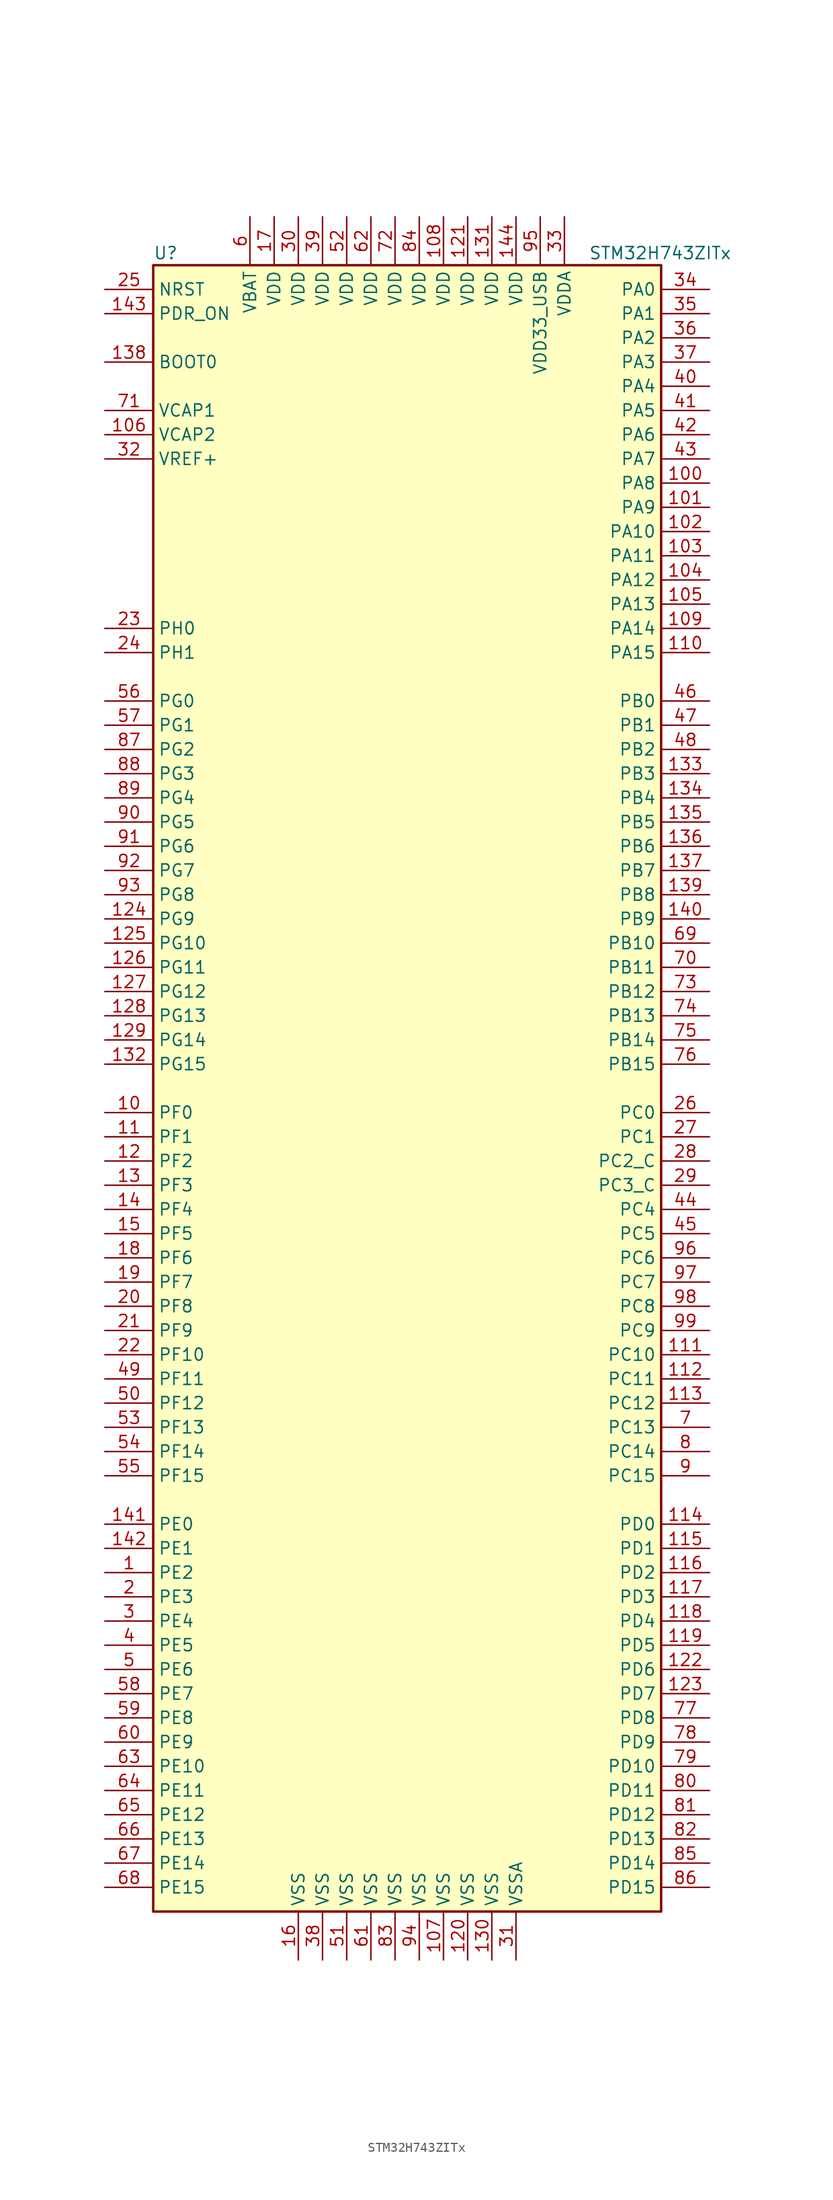
<source format=kicad_sym>
(kicad_symbol_lib
  (version 20201005)
  (generator kicad_symbol_editor)
  (symbol "MCU_ST_STM32H7:STM32H743ZITx"
    (property "Reference" "U"
      (at -27.94 87.63 0)
      (effects (font (size 1.27 1.27)) (justify left)))
    (property "Value" "STM32H743ZITx"
      (at 17.78 87.63 0)
      (effects (font (size 1.27 1.27)) (justify left)))
    (symbol "STM32H743ZITx_0_1"
      (rectangle (start -27.94 -86.36) (end 25.4 86.36) (stroke (width 0.254)) (fill (type background))))
    (symbol "STM32H743ZITx_1_1"
      (pin input line (at -33.02 76.2 0) (length 5.08) (name "BOOT0" (effects (font (size 1.27 1.27)))) (number "138" (effects (font (size 1.27 1.27)))))
      (pin input line (at -33.02 83.82 0) (length 5.08) (name "NRST" (effects (font (size 1.27 1.27)))) (number "25" (effects (font (size 1.27 1.27)))))
      (pin bidirectional line (at 30.48 83.82 180) (length 5.08) (name "PA0" (effects (font (size 1.27 1.27)))) (number "34" (effects (font (size 1.27 1.27)))))
      (pin bidirectional line (at 30.48 81.28 180) (length 5.08) (name "PA1" (effects (font (size 1.27 1.27)))) (number "35" (effects (font (size 1.27 1.27)))))
      (pin bidirectional line (at 30.48 58.42 180) (length 5.08) (name "PA10" (effects (font (size 1.27 1.27)))) (number "102" (effects (font (size 1.27 1.27)))))
      (pin bidirectional line (at 30.48 55.88 180) (length 5.08) (name "PA11" (effects (font (size 1.27 1.27)))) (number "103" (effects (font (size 1.27 1.27)))))
      (pin bidirectional line (at 30.48 53.34 180) (length 5.08) (name "PA12" (effects (font (size 1.27 1.27)))) (number "104" (effects (font (size 1.27 1.27)))))
      (pin bidirectional line (at 30.48 50.8 180) (length 5.08) (name "PA13" (effects (font (size 1.27 1.27)))) (number "105" (effects (font (size 1.27 1.27)))))
      (pin bidirectional line (at 30.48 48.26 180) (length 5.08) (name "PA14" (effects (font (size 1.27 1.27)))) (number "109" (effects (font (size 1.27 1.27)))))
      (pin bidirectional line (at 30.48 45.72 180) (length 5.08) (name "PA15" (effects (font (size 1.27 1.27)))) (number "110" (effects (font (size 1.27 1.27)))))
      (pin bidirectional line (at 30.48 78.74 180) (length 5.08) (name "PA2" (effects (font (size 1.27 1.27)))) (number "36" (effects (font (size 1.27 1.27)))))
      (pin bidirectional line (at 30.48 76.2 180) (length 5.08) (name "PA3" (effects (font (size 1.27 1.27)))) (number "37" (effects (font (size 1.27 1.27)))))
      (pin bidirectional line (at 30.48 73.66 180) (length 5.08) (name "PA4" (effects (font (size 1.27 1.27)))) (number "40" (effects (font (size 1.27 1.27)))))
      (pin bidirectional line (at 30.48 71.12 180) (length 5.08) (name "PA5" (effects (font (size 1.27 1.27)))) (number "41" (effects (font (size 1.27 1.27)))))
      (pin bidirectional line (at 30.48 68.58 180) (length 5.08) (name "PA6" (effects (font (size 1.27 1.27)))) (number "42" (effects (font (size 1.27 1.27)))))
      (pin bidirectional line (at 30.48 66.04 180) (length 5.08) (name "PA7" (effects (font (size 1.27 1.27)))) (number "43" (effects (font (size 1.27 1.27)))))
      (pin bidirectional line (at 30.48 63.5 180) (length 5.08) (name "PA8" (effects (font (size 1.27 1.27)))) (number "100" (effects (font (size 1.27 1.27)))))
      (pin bidirectional line (at 30.48 60.96 180) (length 5.08) (name "PA9" (effects (font (size 1.27 1.27)))) (number "101" (effects (font (size 1.27 1.27)))))
      (pin bidirectional line (at 30.48 40.64 180) (length 5.08) (name "PB0" (effects (font (size 1.27 1.27)))) (number "46" (effects (font (size 1.27 1.27)))))
      (pin bidirectional line (at 30.48 38.1 180) (length 5.08) (name "PB1" (effects (font (size 1.27 1.27)))) (number "47" (effects (font (size 1.27 1.27)))))
      (pin bidirectional line (at 30.48 15.24 180) (length 5.08) (name "PB10" (effects (font (size 1.27 1.27)))) (number "69" (effects (font (size 1.27 1.27)))))
      (pin bidirectional line (at 30.48 12.7 180) (length 5.08) (name "PB11" (effects (font (size 1.27 1.27)))) (number "70" (effects (font (size 1.27 1.27)))))
      (pin bidirectional line (at 30.48 10.16 180) (length 5.08) (name "PB12" (effects (font (size 1.27 1.27)))) (number "73" (effects (font (size 1.27 1.27)))))
      (pin bidirectional line (at 30.48 7.62 180) (length 5.08) (name "PB13" (effects (font (size 1.27 1.27)))) (number "74" (effects (font (size 1.27 1.27)))))
      (pin bidirectional line (at 30.48 5.08 180) (length 5.08) (name "PB14" (effects (font (size 1.27 1.27)))) (number "75" (effects (font (size 1.27 1.27)))))
      (pin bidirectional line (at 30.48 2.54 180) (length 5.08) (name "PB15" (effects (font (size 1.27 1.27)))) (number "76" (effects (font (size 1.27 1.27)))))
      (pin bidirectional line (at 30.48 35.56 180) (length 5.08) (name "PB2" (effects (font (size 1.27 1.27)))) (number "48" (effects (font (size 1.27 1.27)))))
      (pin bidirectional line (at 30.48 33.02 180) (length 5.08) (name "PB3" (effects (font (size 1.27 1.27)))) (number "133" (effects (font (size 1.27 1.27)))))
      (pin bidirectional line (at 30.48 30.48 180) (length 5.08) (name "PB4" (effects (font (size 1.27 1.27)))) (number "134" (effects (font (size 1.27 1.27)))))
      (pin bidirectional line (at 30.48 27.94 180) (length 5.08) (name "PB5" (effects (font (size 1.27 1.27)))) (number "135" (effects (font (size 1.27 1.27)))))
      (pin bidirectional line (at 30.48 25.4 180) (length 5.08) (name "PB6" (effects (font (size 1.27 1.27)))) (number "136" (effects (font (size 1.27 1.27)))))
      (pin bidirectional line (at 30.48 22.86 180) (length 5.08) (name "PB7" (effects (font (size 1.27 1.27)))) (number "137" (effects (font (size 1.27 1.27)))))
      (pin bidirectional line (at 30.48 20.32 180) (length 5.08) (name "PB8" (effects (font (size 1.27 1.27)))) (number "139" (effects (font (size 1.27 1.27)))))
      (pin bidirectional line (at 30.48 17.78 180) (length 5.08) (name "PB9" (effects (font (size 1.27 1.27)))) (number "140" (effects (font (size 1.27 1.27)))))
      (pin bidirectional line (at 30.48 -2.54 180) (length 5.08) (name "PC0" (effects (font (size 1.27 1.27)))) (number "26" (effects (font (size 1.27 1.27)))))
      (pin bidirectional line (at 30.48 -5.08 180) (length 5.08) (name "PC1" (effects (font (size 1.27 1.27)))) (number "27" (effects (font (size 1.27 1.27)))))
      (pin bidirectional line (at 30.48 -27.94 180) (length 5.08) (name "PC10" (effects (font (size 1.27 1.27)))) (number "111" (effects (font (size 1.27 1.27)))))
      (pin bidirectional line (at 30.48 -30.48 180) (length 5.08) (name "PC11" (effects (font (size 1.27 1.27)))) (number "112" (effects (font (size 1.27 1.27)))))
      (pin bidirectional line (at 30.48 -33.02 180) (length 5.08) (name "PC12" (effects (font (size 1.27 1.27)))) (number "113" (effects (font (size 1.27 1.27)))))
      (pin bidirectional line (at 30.48 -35.56 180) (length 5.08) (name "PC13" (effects (font (size 1.27 1.27)))) (number "7" (effects (font (size 1.27 1.27)))))
      (pin bidirectional line (at 30.48 -38.1 180) (length 5.08) (name "PC14" (effects (font (size 1.27 1.27)))) (number "8" (effects (font (size 1.27 1.27)))))
      (pin bidirectional line (at 30.48 -40.64 180) (length 5.08) (name "PC15" (effects (font (size 1.27 1.27)))) (number "9" (effects (font (size 1.27 1.27)))))
      (pin bidirectional line (at 30.48 -7.62 180) (length 5.08) (name "PC2_C" (effects (font (size 1.27 1.27)))) (number "28" (effects (font (size 1.27 1.27)))))
      (pin bidirectional line (at 30.48 -10.16 180) (length 5.08) (name "PC3_C" (effects (font (size 1.27 1.27)))) (number "29" (effects (font (size 1.27 1.27)))))
      (pin bidirectional line (at 30.48 -12.7 180) (length 5.08) (name "PC4" (effects (font (size 1.27 1.27)))) (number "44" (effects (font (size 1.27 1.27)))))
      (pin bidirectional line (at 30.48 -15.24 180) (length 5.08) (name "PC5" (effects (font (size 1.27 1.27)))) (number "45" (effects (font (size 1.27 1.27)))))
      (pin bidirectional line (at 30.48 -17.78 180) (length 5.08) (name "PC6" (effects (font (size 1.27 1.27)))) (number "96" (effects (font (size 1.27 1.27)))))
      (pin bidirectional line (at 30.48 -20.32 180) (length 5.08) (name "PC7" (effects (font (size 1.27 1.27)))) (number "97" (effects (font (size 1.27 1.27)))))
      (pin bidirectional line (at 30.48 -22.86 180) (length 5.08) (name "PC8" (effects (font (size 1.27 1.27)))) (number "98" (effects (font (size 1.27 1.27)))))
      (pin bidirectional line (at 30.48 -25.4 180) (length 5.08) (name "PC9" (effects (font (size 1.27 1.27)))) (number "99" (effects (font (size 1.27 1.27)))))
      (pin bidirectional line (at 30.48 -45.72 180) (length 5.08) (name "PD0" (effects (font (size 1.27 1.27)))) (number "114" (effects (font (size 1.27 1.27)))))
      (pin bidirectional line (at 30.48 -48.26 180) (length 5.08) (name "PD1" (effects (font (size 1.27 1.27)))) (number "115" (effects (font (size 1.27 1.27)))))
      (pin bidirectional line (at 30.48 -71.12 180) (length 5.08) (name "PD10" (effects (font (size 1.27 1.27)))) (number "79" (effects (font (size 1.27 1.27)))))
      (pin bidirectional line (at 30.48 -73.66 180) (length 5.08) (name "PD11" (effects (font (size 1.27 1.27)))) (number "80" (effects (font (size 1.27 1.27)))))
      (pin bidirectional line (at 30.48 -76.2 180) (length 5.08) (name "PD12" (effects (font (size 1.27 1.27)))) (number "81" (effects (font (size 1.27 1.27)))))
      (pin bidirectional line (at 30.48 -78.74 180) (length 5.08) (name "PD13" (effects (font (size 1.27 1.27)))) (number "82" (effects (font (size 1.27 1.27)))))
      (pin bidirectional line (at 30.48 -81.28 180) (length 5.08) (name "PD14" (effects (font (size 1.27 1.27)))) (number "85" (effects (font (size 1.27 1.27)))))
      (pin bidirectional line (at 30.48 -83.82 180) (length 5.08) (name "PD15" (effects (font (size 1.27 1.27)))) (number "86" (effects (font (size 1.27 1.27)))))
      (pin bidirectional line (at 30.48 -50.8 180) (length 5.08) (name "PD2" (effects (font (size 1.27 1.27)))) (number "116" (effects (font (size 1.27 1.27)))))
      (pin bidirectional line (at 30.48 -53.34 180) (length 5.08) (name "PD3" (effects (font (size 1.27 1.27)))) (number "117" (effects (font (size 1.27 1.27)))))
      (pin bidirectional line (at 30.48 -55.88 180) (length 5.08) (name "PD4" (effects (font (size 1.27 1.27)))) (number "118" (effects (font (size 1.27 1.27)))))
      (pin bidirectional line (at 30.48 -58.42 180) (length 5.08) (name "PD5" (effects (font (size 1.27 1.27)))) (number "119" (effects (font (size 1.27 1.27)))))
      (pin bidirectional line (at 30.48 -60.96 180) (length 5.08) (name "PD6" (effects (font (size 1.27 1.27)))) (number "122" (effects (font (size 1.27 1.27)))))
      (pin bidirectional line (at 30.48 -63.5 180) (length 5.08) (name "PD7" (effects (font (size 1.27 1.27)))) (number "123" (effects (font (size 1.27 1.27)))))
      (pin bidirectional line (at 30.48 -66.04 180) (length 5.08) (name "PD8" (effects (font (size 1.27 1.27)))) (number "77" (effects (font (size 1.27 1.27)))))
      (pin bidirectional line (at 30.48 -68.58 180) (length 5.08) (name "PD9" (effects (font (size 1.27 1.27)))) (number "78" (effects (font (size 1.27 1.27)))))
      (pin input line (at -33.02 81.28 0) (length 5.08) (name "PDR_ON" (effects (font (size 1.27 1.27)))) (number "143" (effects (font (size 1.27 1.27)))))
      (pin bidirectional line (at -33.02 -45.72 0) (length 5.08) (name "PE0" (effects (font (size 1.27 1.27)))) (number "141" (effects (font (size 1.27 1.27)))))
      (pin bidirectional line (at -33.02 -48.26 0) (length 5.08) (name "PE1" (effects (font (size 1.27 1.27)))) (number "142" (effects (font (size 1.27 1.27)))))
      (pin bidirectional line (at -33.02 -71.12 0) (length 5.08) (name "PE10" (effects (font (size 1.27 1.27)))) (number "63" (effects (font (size 1.27 1.27)))))
      (pin bidirectional line (at -33.02 -73.66 0) (length 5.08) (name "PE11" (effects (font (size 1.27 1.27)))) (number "64" (effects (font (size 1.27 1.27)))))
      (pin bidirectional line (at -33.02 -76.2 0) (length 5.08) (name "PE12" (effects (font (size 1.27 1.27)))) (number "65" (effects (font (size 1.27 1.27)))))
      (pin bidirectional line (at -33.02 -78.74 0) (length 5.08) (name "PE13" (effects (font (size 1.27 1.27)))) (number "66" (effects (font (size 1.27 1.27)))))
      (pin bidirectional line (at -33.02 -81.28 0) (length 5.08) (name "PE14" (effects (font (size 1.27 1.27)))) (number "67" (effects (font (size 1.27 1.27)))))
      (pin bidirectional line (at -33.02 -83.82 0) (length 5.08) (name "PE15" (effects (font (size 1.27 1.27)))) (number "68" (effects (font (size 1.27 1.27)))))
      (pin bidirectional line (at -33.02 -50.8 0) (length 5.08) (name "PE2" (effects (font (size 1.27 1.27)))) (number "1" (effects (font (size 1.27 1.27)))))
      (pin bidirectional line (at -33.02 -53.34 0) (length 5.08) (name "PE3" (effects (font (size 1.27 1.27)))) (number "2" (effects (font (size 1.27 1.27)))))
      (pin bidirectional line (at -33.02 -55.88 0) (length 5.08) (name "PE4" (effects (font (size 1.27 1.27)))) (number "3" (effects (font (size 1.27 1.27)))))
      (pin bidirectional line (at -33.02 -58.42 0) (length 5.08) (name "PE5" (effects (font (size 1.27 1.27)))) (number "4" (effects (font (size 1.27 1.27)))))
      (pin bidirectional line (at -33.02 -60.96 0) (length 5.08) (name "PE6" (effects (font (size 1.27 1.27)))) (number "5" (effects (font (size 1.27 1.27)))))
      (pin bidirectional line (at -33.02 -63.5 0) (length 5.08) (name "PE7" (effects (font (size 1.27 1.27)))) (number "58" (effects (font (size 1.27 1.27)))))
      (pin bidirectional line (at -33.02 -66.04 0) (length 5.08) (name "PE8" (effects (font (size 1.27 1.27)))) (number "59" (effects (font (size 1.27 1.27)))))
      (pin bidirectional line (at -33.02 -68.58 0) (length 5.08) (name "PE9" (effects (font (size 1.27 1.27)))) (number "60" (effects (font (size 1.27 1.27)))))
      (pin bidirectional line (at -33.02 -2.54 0) (length 5.08) (name "PF0" (effects (font (size 1.27 1.27)))) (number "10" (effects (font (size 1.27 1.27)))))
      (pin bidirectional line (at -33.02 -5.08 0) (length 5.08) (name "PF1" (effects (font (size 1.27 1.27)))) (number "11" (effects (font (size 1.27 1.27)))))
      (pin bidirectional line (at -33.02 -27.94 0) (length 5.08) (name "PF10" (effects (font (size 1.27 1.27)))) (number "22" (effects (font (size 1.27 1.27)))))
      (pin bidirectional line (at -33.02 -30.48 0) (length 5.08) (name "PF11" (effects (font (size 1.27 1.27)))) (number "49" (effects (font (size 1.27 1.27)))))
      (pin bidirectional line (at -33.02 -33.02 0) (length 5.08) (name "PF12" (effects (font (size 1.27 1.27)))) (number "50" (effects (font (size 1.27 1.27)))))
      (pin bidirectional line (at -33.02 -35.56 0) (length 5.08) (name "PF13" (effects (font (size 1.27 1.27)))) (number "53" (effects (font (size 1.27 1.27)))))
      (pin bidirectional line (at -33.02 -38.1 0) (length 5.08) (name "PF14" (effects (font (size 1.27 1.27)))) (number "54" (effects (font (size 1.27 1.27)))))
      (pin bidirectional line (at -33.02 -40.64 0) (length 5.08) (name "PF15" (effects (font (size 1.27 1.27)))) (number "55" (effects (font (size 1.27 1.27)))))
      (pin bidirectional line (at -33.02 -7.62 0) (length 5.08) (name "PF2" (effects (font (size 1.27 1.27)))) (number "12" (effects (font (size 1.27 1.27)))))
      (pin bidirectional line (at -33.02 -10.16 0) (length 5.08) (name "PF3" (effects (font (size 1.27 1.27)))) (number "13" (effects (font (size 1.27 1.27)))))
      (pin bidirectional line (at -33.02 -12.7 0) (length 5.08) (name "PF4" (effects (font (size 1.27 1.27)))) (number "14" (effects (font (size 1.27 1.27)))))
      (pin bidirectional line (at -33.02 -15.24 0) (length 5.08) (name "PF5" (effects (font (size 1.27 1.27)))) (number "15" (effects (font (size 1.27 1.27)))))
      (pin bidirectional line (at -33.02 -17.78 0) (length 5.08) (name "PF6" (effects (font (size 1.27 1.27)))) (number "18" (effects (font (size 1.27 1.27)))))
      (pin bidirectional line (at -33.02 -20.32 0) (length 5.08) (name "PF7" (effects (font (size 1.27 1.27)))) (number "19" (effects (font (size 1.27 1.27)))))
      (pin bidirectional line (at -33.02 -22.86 0) (length 5.08) (name "PF8" (effects (font (size 1.27 1.27)))) (number "20" (effects (font (size 1.27 1.27)))))
      (pin bidirectional line (at -33.02 -25.4 0) (length 5.08) (name "PF9" (effects (font (size 1.27 1.27)))) (number "21" (effects (font (size 1.27 1.27)))))
      (pin bidirectional line (at -33.02 40.64 0) (length 5.08) (name "PG0" (effects (font (size 1.27 1.27)))) (number "56" (effects (font (size 1.27 1.27)))))
      (pin bidirectional line (at -33.02 38.1 0) (length 5.08) (name "PG1" (effects (font (size 1.27 1.27)))) (number "57" (effects (font (size 1.27 1.27)))))
      (pin bidirectional line (at -33.02 15.24 0) (length 5.08) (name "PG10" (effects (font (size 1.27 1.27)))) (number "125" (effects (font (size 1.27 1.27)))))
      (pin bidirectional line (at -33.02 12.7 0) (length 5.08) (name "PG11" (effects (font (size 1.27 1.27)))) (number "126" (effects (font (size 1.27 1.27)))))
      (pin bidirectional line (at -33.02 10.16 0) (length 5.08) (name "PG12" (effects (font (size 1.27 1.27)))) (number "127" (effects (font (size 1.27 1.27)))))
      (pin bidirectional line (at -33.02 7.62 0) (length 5.08) (name "PG13" (effects (font (size 1.27 1.27)))) (number "128" (effects (font (size 1.27 1.27)))))
      (pin bidirectional line (at -33.02 5.08 0) (length 5.08) (name "PG14" (effects (font (size 1.27 1.27)))) (number "129" (effects (font (size 1.27 1.27)))))
      (pin bidirectional line (at -33.02 2.54 0) (length 5.08) (name "PG15" (effects (font (size 1.27 1.27)))) (number "132" (effects (font (size 1.27 1.27)))))
      (pin bidirectional line (at -33.02 35.56 0) (length 5.08) (name "PG2" (effects (font (size 1.27 1.27)))) (number "87" (effects (font (size 1.27 1.27)))))
      (pin bidirectional line (at -33.02 33.02 0) (length 5.08) (name "PG3" (effects (font (size 1.27 1.27)))) (number "88" (effects (font (size 1.27 1.27)))))
      (pin bidirectional line (at -33.02 30.48 0) (length 5.08) (name "PG4" (effects (font (size 1.27 1.27)))) (number "89" (effects (font (size 1.27 1.27)))))
      (pin bidirectional line (at -33.02 27.94 0) (length 5.08) (name "PG5" (effects (font (size 1.27 1.27)))) (number "90" (effects (font (size 1.27 1.27)))))
      (pin bidirectional line (at -33.02 25.4 0) (length 5.08) (name "PG6" (effects (font (size 1.27 1.27)))) (number "91" (effects (font (size 1.27 1.27)))))
      (pin bidirectional line (at -33.02 22.86 0) (length 5.08) (name "PG7" (effects (font (size 1.27 1.27)))) (number "92" (effects (font (size 1.27 1.27)))))
      (pin bidirectional line (at -33.02 20.32 0) (length 5.08) (name "PG8" (effects (font (size 1.27 1.27)))) (number "93" (effects (font (size 1.27 1.27)))))
      (pin bidirectional line (at -33.02 17.78 0) (length 5.08) (name "PG9" (effects (font (size 1.27 1.27)))) (number "124" (effects (font (size 1.27 1.27)))))
      (pin input line (at -33.02 48.26 0) (length 5.08) (name "PH0" (effects (font (size 1.27 1.27)))) (number "23" (effects (font (size 1.27 1.27)))))
      (pin input line (at -33.02 45.72 0) (length 5.08) (name "PH1" (effects (font (size 1.27 1.27)))) (number "24" (effects (font (size 1.27 1.27)))))
      (pin power_in line (at -17.78 91.44 270) (length 5.08) (name "VBAT" (effects (font (size 1.27 1.27)))) (number "6" (effects (font (size 1.27 1.27)))))
      (pin power_in line (at -33.02 71.12 0) (length 5.08) (name "VCAP1" (effects (font (size 1.27 1.27)))) (number "71" (effects (font (size 1.27 1.27)))))
      (pin power_in line (at -33.02 68.58 0) (length 5.08) (name "VCAP2" (effects (font (size 1.27 1.27)))) (number "106" (effects (font (size 1.27 1.27)))))
      (pin power_in line (at 2.54 91.44 270) (length 5.08) (name "VDD" (effects (font (size 1.27 1.27)))) (number "108" (effects (font (size 1.27 1.27)))))
      (pin power_in line (at 5.08 91.44 270) (length 5.08) (name "VDD" (effects (font (size 1.27 1.27)))) (number "121" (effects (font (size 1.27 1.27)))))
      (pin power_in line (at 7.62 91.44 270) (length 5.08) (name "VDD" (effects (font (size 1.27 1.27)))) (number "131" (effects (font (size 1.27 1.27)))))
      (pin power_in line (at 10.16 91.44 270) (length 5.08) (name "VDD" (effects (font (size 1.27 1.27)))) (number "144" (effects (font (size 1.27 1.27)))))
      (pin power_in line (at -15.24 91.44 270) (length 5.08) (name "VDD" (effects (font (size 1.27 1.27)))) (number "17" (effects (font (size 1.27 1.27)))))
      (pin power_in line (at -12.7 91.44 270) (length 5.08) (name "VDD" (effects (font (size 1.27 1.27)))) (number "30" (effects (font (size 1.27 1.27)))))
      (pin power_in line (at -10.16 91.44 270) (length 5.08) (name "VDD" (effects (font (size 1.27 1.27)))) (number "39" (effects (font (size 1.27 1.27)))))
      (pin power_in line (at -7.62 91.44 270) (length 5.08) (name "VDD" (effects (font (size 1.27 1.27)))) (number "52" (effects (font (size 1.27 1.27)))))
      (pin power_in line (at -5.08 91.44 270) (length 5.08) (name "VDD" (effects (font (size 1.27 1.27)))) (number "62" (effects (font (size 1.27 1.27)))))
      (pin power_in line (at -2.54 91.44 270) (length 5.08) (name "VDD" (effects (font (size 1.27 1.27)))) (number "72" (effects (font (size 1.27 1.27)))))
      (pin power_in line (at 0 91.44 270) (length 5.08) (name "VDD" (effects (font (size 1.27 1.27)))) (number "84" (effects (font (size 1.27 1.27)))))
      (pin power_in line (at 12.7 91.44 270) (length 5.08) (name "VDD33_USB" (effects (font (size 1.27 1.27)))) (number "95" (effects (font (size 1.27 1.27)))))
      (pin power_in line (at 15.24 91.44 270) (length 5.08) (name "VDDA" (effects (font (size 1.27 1.27)))) (number "33" (effects (font (size 1.27 1.27)))))
      (pin bidirectional line (at -33.02 66.04 0) (length 5.08) (name "VREF+" (effects (font (size 1.27 1.27)))) (number "32" (effects (font (size 1.27 1.27)))))
      (pin power_in line (at 2.54 -91.44 90) (length 5.08) (name "VSS" (effects (font (size 1.27 1.27)))) (number "107" (effects (font (size 1.27 1.27)))))
      (pin power_in line (at 5.08 -91.44 90) (length 5.08) (name "VSS" (effects (font (size 1.27 1.27)))) (number "120" (effects (font (size 1.27 1.27)))))
      (pin power_in line (at 7.62 -91.44 90) (length 5.08) (name "VSS" (effects (font (size 1.27 1.27)))) (number "130" (effects (font (size 1.27 1.27)))))
      (pin power_in line (at -12.7 -91.44 90) (length 5.08) (name "VSS" (effects (font (size 1.27 1.27)))) (number "16" (effects (font (size 1.27 1.27)))))
      (pin power_in line (at -10.16 -91.44 90) (length 5.08) (name "VSS" (effects (font (size 1.27 1.27)))) (number "38" (effects (font (size 1.27 1.27)))))
      (pin power_in line (at -7.62 -91.44 90) (length 5.08) (name "VSS" (effects (font (size 1.27 1.27)))) (number "51" (effects (font (size 1.27 1.27)))))
      (pin power_in line (at -5.08 -91.44 90) (length 5.08) (name "VSS" (effects (font (size 1.27 1.27)))) (number "61" (effects (font (size 1.27 1.27)))))
      (pin power_in line (at -2.54 -91.44 90) (length 5.08) (name "VSS" (effects (font (size 1.27 1.27)))) (number "83" (effects (font (size 1.27 1.27)))))
      (pin power_in line (at 0 -91.44 90) (length 5.08) (name "VSS" (effects (font (size 1.27 1.27)))) (number "94" (effects (font (size 1.27 1.27)))))
      (pin power_in line (at 10.16 -91.44 90) (length 5.08) (name "VSSA" (effects (font (size 1.27 1.27)))) (number "31" (effects (font (size 1.27 1.27))))))))
</source>
